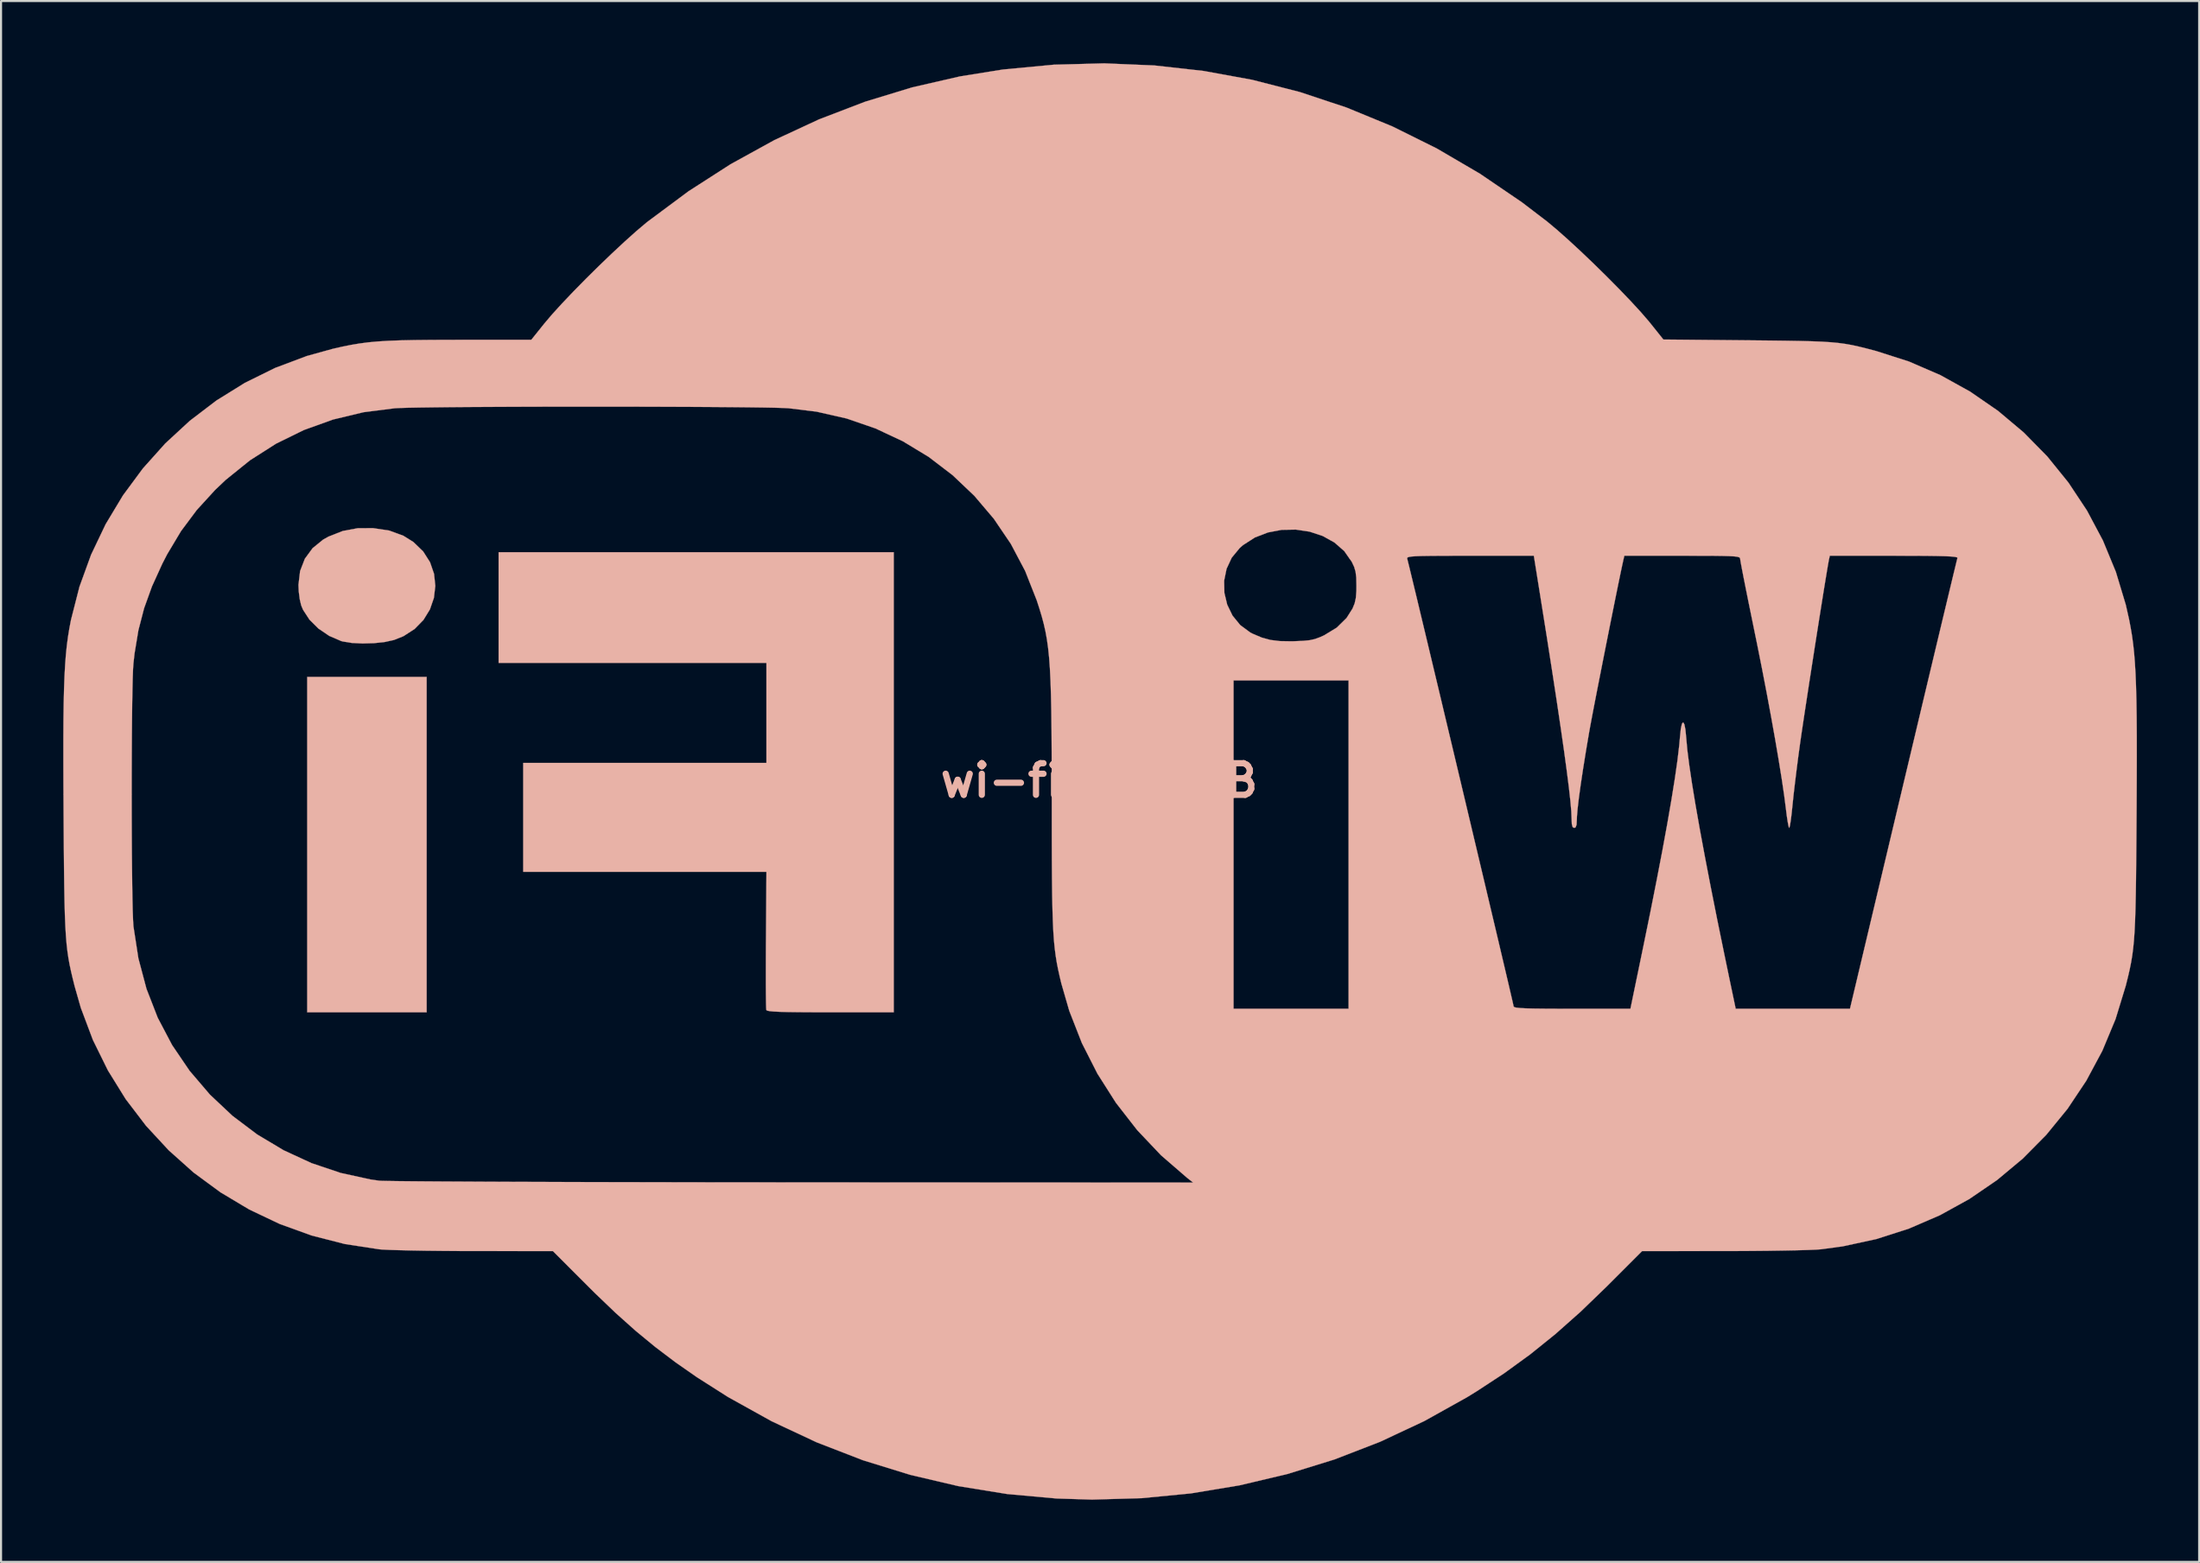
<source format=kicad_pcb>
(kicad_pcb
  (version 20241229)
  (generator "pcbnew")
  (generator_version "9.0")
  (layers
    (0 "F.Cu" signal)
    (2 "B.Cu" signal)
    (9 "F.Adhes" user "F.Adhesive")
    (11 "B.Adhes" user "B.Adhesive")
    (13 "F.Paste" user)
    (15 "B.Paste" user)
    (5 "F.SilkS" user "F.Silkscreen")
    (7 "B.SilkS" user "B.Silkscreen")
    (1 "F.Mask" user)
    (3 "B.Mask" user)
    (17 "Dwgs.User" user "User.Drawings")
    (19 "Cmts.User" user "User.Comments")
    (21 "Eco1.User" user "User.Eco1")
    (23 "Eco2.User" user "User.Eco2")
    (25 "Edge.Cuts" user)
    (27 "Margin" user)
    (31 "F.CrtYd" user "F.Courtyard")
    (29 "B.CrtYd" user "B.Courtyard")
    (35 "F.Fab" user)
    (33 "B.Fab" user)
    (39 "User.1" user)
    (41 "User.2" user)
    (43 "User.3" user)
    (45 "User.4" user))
  (footprint "wi-fi_6x10_B"
    (layer "F.Cu")
    (at 49.947 34.585)
    (property "Reference" "wi-fi_6x10_B" (at 0 0 0) (layer "B.SilkS") (effects (font (size 1.524 1.524) (thickness 0.3))))
    (attr through_hole)
    (fp_poly (pts (xy -32.427 11.176) (xy -38.185 11.176) (xy -38.185 -4.995) (xy -32.427 -4.995) (xy -32.427 11.176)) (stroke (width 0.01) (type solid)) (fill yes) (layer "B.SilkS"))
    (fp_poly (pts (xy -9.906 11.176) (xy -12.957 11.176) (xy -13.791 11.175) (xy -14.469 11.171) (xy -15.006 11.164) (xy -15.415 11.153) (xy -15.71 11.138) (xy -15.905 11.118) (xy -16.014 11.094) (xy -16.049 11.067) (xy -16.058 10.961) (xy -16.065 10.704) (xy -16.07 10.316) (xy -16.073 9.816) (xy -16.073 9.223) (xy -16.072 8.555) (xy -16.069 7.833) (xy -16.067 7.681) (xy -16.044 4.403) (xy -21.907 4.403) (xy -27.771 4.403) (xy -27.771 -0.847) (xy -16.044 -0.847) (xy -16.044 -5.673) (xy -28.956 -5.673) (xy -28.956 -11.007) (xy -9.906 -11.007) (xy -9.906 11.176)) (stroke (width 0.01) (type solid)) (fill yes) (layer "B.SilkS"))
    (fp_poly (pts (xy -34.229 -12.051) (xy -33.551 -11.803) (xy -33.066 -11.5) (xy -32.594 -11.045) (xy -32.263 -10.525) (xy -32.07 -9.964) (xy -32.009 -9.384) (xy -32.077 -8.806) (xy -32.268 -8.252) (xy -32.579 -7.745) (xy -33.006 -7.307) (xy -33.543 -6.96) (xy -34.001 -6.777) (xy -34.44 -6.68) (xy -34.966 -6.623) (xy -35.518 -6.608) (xy -36.039 -6.634) (xy -36.469 -6.704) (xy -36.552 -6.727) (xy -37.125 -6.974) (xy -37.644 -7.326) (xy -38.075 -7.755) (xy -38.385 -8.229) (xy -38.475 -8.444) (xy -38.545 -8.74) (xy -38.593 -9.115) (xy -38.607 -9.434) (xy -38.528 -10.1) (xy -38.299 -10.693) (xy -37.926 -11.202) (xy -37.417 -11.616) (xy -37.161 -11.759) (xy -36.47 -12.032) (xy -35.751 -12.165) (xy -35.01 -12.169) (xy -34.229 -12.051)) (stroke (width 0.01) (type solid)) (fill yes) (layer "B.SilkS"))
    (fp_poly (pts (xy 2.654 -34.479) (xy 5.031 -34.214) (xy 7.372 -33.787) (xy 9.672 -33.197) (xy 11.927 -32.448) (xy 14.13 -31.541) (xy 16.276 -30.476) (xy 18.362 -29.255) (xy 20.381 -27.88) (xy 21.59 -26.957) (xy 22.059 -26.565) (xy 22.606 -26.08) (xy 23.206 -25.526) (xy 23.833 -24.928) (xy 24.462 -24.31) (xy 25.069 -23.697) (xy 25.628 -23.114) (xy 26.114 -22.585) (xy 26.503 -22.135) (xy 26.579 -22.041) (xy 27.201 -21.264) (xy 31.275 -21.226) (xy 32.253 -21.216) (xy 33.082 -21.206) (xy 33.779 -21.194) (xy 34.365 -21.179) (xy 34.859 -21.159) (xy 35.279 -21.132) (xy 35.645 -21.097) (xy 35.977 -21.052) (xy 36.293 -20.996) (xy 36.612 -20.926) (xy 36.955 -20.842) (xy 37.339 -20.741) (xy 37.46 -20.709) (xy 39.046 -20.201) (xy 40.558 -19.546) (xy 41.988 -18.753) (xy 43.329 -17.829) (xy 44.571 -16.785) (xy 45.707 -15.629) (xy 46.727 -14.369) (xy 47.625 -13.015) (xy 48.391 -11.575) (xy 49.017 -10.059) (xy 49.495 -8.474) (xy 49.655 -7.763) (xy 49.729 -7.377) (xy 49.794 -6.99) (xy 49.849 -6.587) (xy 49.896 -6.155) (xy 49.934 -5.681) (xy 49.965 -5.151) (xy 49.989 -4.55) (xy 50.007 -3.865) (xy 50.019 -3.082) (xy 50.025 -2.188) (xy 50.026 -1.168) (xy 50.023 -0.009) (xy 50.017 1.302) (xy 50.015 1.569) (xy 50.007 2.773) (xy 49.998 3.823) (xy 49.989 4.734) (xy 49.977 5.519) (xy 49.962 6.194) (xy 49.943 6.773) (xy 49.919 7.271) (xy 49.889 7.704) (xy 49.852 8.085) (xy 49.808 8.429) (xy 49.755 8.751) (xy 49.692 9.067) (xy 49.619 9.39) (xy 49.534 9.735) (xy 49.494 9.895) (xy 49.002 11.503) (xy 48.364 13.034) (xy 47.588 14.48) (xy 46.685 15.833) (xy 45.66 17.087) (xy 44.525 18.234) (xy 43.286 19.267) (xy 41.952 20.179) (xy 40.532 20.962) (xy 39.033 21.609) (xy 37.466 22.112) (xy 35.837 22.464) (xy 34.798 22.604) (xy 34.545 22.622) (xy 34.144 22.638) (xy 33.617 22.653) (xy 32.985 22.665) (xy 32.27 22.676) (xy 31.494 22.683) (xy 30.678 22.688) (xy 30.084 22.689) (xy 26.174 22.691) (xy 24.454 24.412) (xy 23.208 25.615) (xy 21.995 26.691) (xy 20.779 27.671) (xy 19.524 28.583) (xy 18.193 29.455) (xy 17.738 29.735) (xy 15.679 30.884) (xy 13.542 31.886) (xy 11.338 32.739) (xy 9.075 33.439) (xy 6.765 33.986) (xy 4.418 34.375) (xy 2.044 34.605) (xy -0.347 34.673) (xy -2.052 34.621) (xy -4.434 34.405) (xy -6.79 34.024) (xy -9.111 33.48) (xy -11.39 32.776) (xy -13.62 31.913) (xy -15.791 30.896) (xy -17.897 29.726) (xy -19.389 28.777) (xy -20.428 28.053) (xy -21.403 27.315) (xy -22.35 26.535) (xy -23.305 25.682) (xy -24.304 24.726) (xy -24.621 24.411) (xy -26.34 22.691) (xy -30.125 22.689) (xy -30.944 22.687) (xy -31.739 22.681) (xy -32.488 22.673) (xy -33.169 22.661) (xy -33.76 22.647) (xy -34.239 22.632) (xy -34.583 22.615) (xy -34.713 22.604) (xy -36.37 22.35) (xy -37.972 21.94) (xy -39.511 21.383) (xy -40.978 20.686) (xy -42.366 19.857) (xy -43.664 18.902) (xy -44.864 17.829) (xy -45.958 16.646) (xy -46.938 15.361) (xy -47.793 13.98) (xy -48.517 12.511) (xy -49.1 10.961) (xy -49.398 9.918) (xy -49.49 9.548) (xy -49.57 9.21) (xy -49.639 8.888) (xy -49.697 8.568) (xy -49.746 8.235) (xy -49.787 7.874) (xy -49.82 7.47) (xy -49.847 7.008) (xy -49.869 6.473) (xy -49.886 5.851) (xy -49.899 5.127) (xy -49.91 4.285) (xy -49.919 3.311) (xy -49.927 2.19) (xy -49.931 1.581) (xy -49.936 0.655) (xy -46.648 0.655) (xy -46.647 1.606) (xy -46.644 2.539) (xy -46.639 3.436) (xy -46.631 4.278) (xy -46.622 5.046) (xy -46.611 5.722) (xy -46.598 6.287) (xy -46.582 6.723) (xy -46.565 7.011) (xy -46.562 7.04) (xy -46.325 8.577) (xy -45.935 10.044) (xy -45.393 11.439) (xy -44.699 12.757) (xy -43.856 13.998) (xy -42.875 15.147) (xy -41.789 16.169) (xy -40.6 17.065) (xy -39.324 17.829) (xy -37.975 18.451) (xy -36.572 18.923) (xy -35.129 19.238) (xy -34.713 19.297) (xy -34.578 19.304) (xy -34.281 19.31) (xy -33.831 19.317) (xy -33.234 19.323) (xy -32.5 19.329) (xy -31.634 19.335) (xy -30.647 19.34) (xy -29.544 19.346) (xy -28.335 19.351) (xy -27.026 19.355) (xy -25.625 19.36) (xy -24.141 19.364) (xy -22.581 19.367) (xy -20.953 19.37) (xy -19.265 19.373) (xy -17.524 19.375) (xy -15.738 19.376) (xy -14.817 19.377) (xy 4.53 19.387) (xy 4.233 19.155) (xy 2.976 18.066) (xy 1.832 16.858) (xy 0.809 15.544) (xy -0.084 14.139) (xy -0.837 12.656) (xy -1.442 11.11) (xy -1.827 9.779) (xy -1.911 9.427) (xy -1.984 9.096) (xy -2.047 8.772) (xy -2.1 8.442) (xy -2.145 8.089) (xy -2.183 7.701) (xy -2.213 7.263) (xy -2.236 6.762) (xy -2.254 6.182) (xy -2.268 5.509) (xy -2.277 4.73) (xy -2.283 3.83) (xy -2.286 2.795) (xy -2.287 1.611) (xy -2.287 1.075) (xy -2.289 -0.25) (xy -2.292 -1.42) (xy -2.299 -2.447) (xy -2.309 -3.346) (xy -2.326 -4.13) (xy -2.348 -4.813) (xy -2.349 -4.826) (xy 6.477 -4.826) (xy 6.477 11.007) (xy 12.023 11.007) (xy 12.023 -4.826) (xy 6.477 -4.826) (xy -2.349 -4.826) (xy -2.378 -5.409) (xy -2.416 -5.931) (xy -2.464 -6.393) (xy -2.522 -6.808) (xy -2.591 -7.19) (xy -2.673 -7.553) (xy -2.768 -7.91) (xy -2.878 -8.275) (xy -3.003 -8.662) (xy -3.021 -8.713) (xy -3.385 -9.634) (xy 6.023 -9.634) (xy 6.035 -9.048) (xy 6.171 -8.479) (xy 6.427 -7.952) (xy 6.798 -7.496) (xy 7.282 -7.138) (xy 7.408 -7.073) (xy 7.837 -6.892) (xy 8.252 -6.778) (xy 8.709 -6.722) (xy 9.265 -6.713) (xy 9.403 -6.716) (xy 9.832 -6.734) (xy 10.146 -6.765) (xy 10.399 -6.821) (xy 10.646 -6.911) (xy 10.842 -7) (xy 11.451 -7.37) (xy 11.926 -7.837) (xy 12.212 -8.289) (xy 12.315 -8.538) (xy 12.374 -8.803) (xy 12.4 -9.141) (xy 12.402 -9.398) (xy 12.394 -9.787) (xy 12.36 -10.068) (xy 12.291 -10.303) (xy 12.175 -10.549) (xy 12.054 -10.72) (xy 14.846 -10.72) (xy 14.851 -10.689) (xy 14.881 -10.571) (xy 14.947 -10.303) (xy 15.046 -9.895) (xy 15.175 -9.36) (xy 15.332 -8.71) (xy 15.512 -7.956) (xy 15.715 -7.111) (xy 15.936 -6.185) (xy 16.173 -5.191) (xy 16.424 -4.142) (xy 16.684 -3.047) (xy 16.953 -1.92) (xy 17.226 -0.773) (xy 17.501 0.384) (xy 17.775 1.538) (xy 18.045 2.676) (xy 18.309 3.789) (xy 18.564 4.863) (xy 18.806 5.887) (xy 19.034 6.849) (xy 19.244 7.736) (xy 19.433 8.539) (xy 19.599 9.243) (xy 19.739 9.839) (xy 19.849 10.313) (xy 19.928 10.654) (xy 19.972 10.85) (xy 19.981 10.895) (xy 20.01 10.926) (xy 20.106 10.951) (xy 20.284 10.971) (xy 20.56 10.986) (xy 20.947 10.996) (xy 21.462 11.002) (xy 22.118 11.005) (xy 22.797 11.006) (xy 25.612 11.006) (xy 26.23 8.022) (xy 26.571 6.354) (xy 26.878 4.804) (xy 27.152 3.378) (xy 27.39 2.081) (xy 27.591 0.919) (xy 27.755 -0.101) (xy 27.88 -0.973) (xy 27.965 -1.691) (xy 28 -2.087) (xy 28.042 -2.495) (xy 28.095 -2.734) (xy 28.154 -2.806) (xy 28.212 -2.712) (xy 28.264 -2.452) (xy 28.302 -2.053) (xy 28.354 -1.481) (xy 28.447 -0.749) (xy 28.579 0.137) (xy 28.749 1.173) (xy 28.957 2.353) (xy 29.202 3.672) (xy 29.482 5.126) (xy 29.797 6.71) (xy 30.147 8.418) (xy 30.408 9.673) (xy 30.688 11.007) (xy 36.197 11.007) (xy 38.768 0.191) (xy 39.083 -1.132) (xy 39.387 -2.41) (xy 39.678 -3.634) (xy 39.954 -4.793) (xy 40.213 -5.878) (xy 40.452 -6.879) (xy 40.669 -7.786) (xy 40.862 -8.59) (xy 41.028 -9.282) (xy 41.164 -9.85) (xy 41.27 -10.286) (xy 41.341 -10.579) (xy 41.377 -10.72) (xy 41.38 -10.732) (xy 41.358 -10.76) (xy 41.258 -10.783) (xy 41.069 -10.802) (xy 40.776 -10.816) (xy 40.366 -10.826) (xy 39.826 -10.833) (xy 39.144 -10.836) (xy 38.322 -10.837) (xy 35.225 -10.837) (xy 35.182 -10.647) (xy 35.151 -10.479) (xy 35.097 -10.164) (xy 35.024 -9.722) (xy 34.934 -9.172) (xy 34.832 -8.535) (xy 34.72 -7.832) (xy 34.601 -7.081) (xy 34.479 -6.303) (xy 34.357 -5.519) (xy 34.237 -4.748) (xy 34.124 -4.01) (xy 34.019 -3.325) (xy 33.927 -2.714) (xy 33.85 -2.197) (xy 33.792 -1.793) (xy 33.79 -1.778) (xy 33.704 -1.151) (xy 33.62 -0.496) (xy 33.542 0.139) (xy 33.476 0.704) (xy 33.43 1.152) (xy 33.428 1.164) (xy 33.386 1.577) (xy 33.343 1.922) (xy 33.304 2.167) (xy 33.274 2.281) (xy 33.268 2.286) (xy 33.237 2.207) (xy 33.195 1.995) (xy 33.148 1.682) (xy 33.11 1.376) (xy 33.027 0.732) (xy 32.911 -0.056) (xy 32.764 -0.966) (xy 32.592 -1.976) (xy 32.397 -3.066) (xy 32.184 -4.213) (xy 31.956 -5.396) (xy 31.717 -6.594) (xy 31.585 -7.237) (xy 31.436 -7.966) (xy 31.297 -8.646) (xy 31.174 -9.259) (xy 31.069 -9.787) (xy 30.987 -10.211) (xy 30.931 -10.511) (xy 30.905 -10.67) (xy 30.903 -10.687) (xy 30.894 -10.728) (xy 30.856 -10.761) (xy 30.772 -10.787) (xy 30.625 -10.806) (xy 30.398 -10.819) (xy 30.074 -10.828) (xy 29.636 -10.834) (xy 29.068 -10.836) (xy 28.353 -10.837) (xy 28.111 -10.837) (xy 25.319 -10.837) (xy 25.274 -10.647) (xy 25.218 -10.392) (xy 25.134 -9.994) (xy 25.027 -9.475) (xy 24.901 -8.858) (xy 24.762 -8.167) (xy 24.613 -7.425) (xy 24.459 -6.653) (xy 24.305 -5.875) (xy 24.155 -5.114) (xy 24.013 -4.393) (xy 23.885 -3.735) (xy 23.775 -3.162) (xy 23.688 -2.697) (xy 23.627 -2.364) (xy 23.623 -2.342) (xy 23.466 -1.414) (xy 23.329 -0.563) (xy 23.215 0.193) (xy 23.126 0.84) (xy 23.065 1.361) (xy 23.033 1.74) (xy 23.029 1.867) (xy 23.015 2.132) (xy 22.967 2.26) (xy 22.902 2.286) (xy 22.825 2.244) (xy 22.786 2.096) (xy 22.775 1.824) (xy 22.761 1.484) (xy 22.718 0.991) (xy 22.646 0.344) (xy 22.544 -0.458) (xy 22.414 -1.417) (xy 22.253 -2.535) (xy 22.063 -3.813) (xy 21.842 -5.253) (xy 21.592 -6.855) (xy 21.31 -8.623) (xy 21.278 -8.826) (xy 20.955 -10.837) (xy 17.88 -10.837) (xy 17.077 -10.837) (xy 16.427 -10.835) (xy 15.915 -10.831) (xy 15.525 -10.825) (xy 15.241 -10.814) (xy 15.047 -10.799) (xy 14.927 -10.779) (xy 14.865 -10.753) (xy 14.846 -10.72) (xy 12.054 -10.72) (xy 11.814 -11.063) (xy 11.339 -11.478) (xy 10.775 -11.791) (xy 10.147 -11.999) (xy 9.481 -12.099) (xy 8.802 -12.087) (xy 8.135 -11.961) (xy 7.505 -11.718) (xy 6.939 -11.354) (xy 6.775 -11.212) (xy 6.389 -10.743) (xy 6.14 -10.208) (xy 6.023 -9.634) (xy -3.385 -9.634) (xy -3.571 -10.106) (xy -4.261 -11.411) (xy -5.081 -12.621) (xy -6.021 -13.728) (xy -7.07 -14.724) (xy -8.22 -15.603) (xy -9.461 -16.355) (xy -10.783 -16.975) (xy -12.175 -17.455) (xy -13.63 -17.786) (xy -14.985 -17.951) (xy -15.247 -17.964) (xy -15.665 -17.976) (xy -16.222 -17.986) (xy -16.904 -17.995) (xy -17.696 -18.003) (xy -18.584 -18.01) (xy -19.553 -18.016) (xy -20.587 -18.02) (xy -21.673 -18.024) (xy -22.795 -18.026) (xy -23.938 -18.027) (xy -25.088 -18.027) (xy -26.231 -18.026) (xy -27.35 -18.024) (xy -28.432 -18.02) (xy -29.462 -18.015) (xy -30.425 -18.01) (xy -31.306 -18.003) (xy -32.09 -17.994) (xy -32.763 -17.985) (xy -33.31 -17.975) (xy -33.716 -17.963) (xy -33.953 -17.951) (xy -35.472 -17.758) (xy -36.94 -17.406) (xy -38.347 -16.9) (xy -39.684 -16.244) (xy -40.942 -15.442) (xy -42.113 -14.498) (xy -42.627 -14.01) (xy -43.511 -13.043) (xy -44.269 -12.027) (xy -44.935 -10.913) (xy -45.171 -10.456) (xy -45.671 -9.357) (xy -46.05 -8.305) (xy -46.325 -7.244) (xy -46.511 -6.12) (xy -46.565 -5.63) (xy -46.583 -5.357) (xy -46.598 -4.934) (xy -46.611 -4.381) (xy -46.623 -3.714) (xy -46.632 -2.954) (xy -46.639 -2.118) (xy -46.644 -1.226) (xy -46.647 -0.295) (xy -46.648 0.655) (xy -49.936 0.655) (xy -49.939 0.236) (xy -49.942 -0.953) (xy -49.942 -2) (xy -49.937 -2.919) (xy -49.926 -3.724) (xy -49.909 -4.428) (xy -49.886 -5.046) (xy -49.856 -5.59) (xy -49.819 -6.075) (xy -49.774 -6.514) (xy -49.72 -6.921) (xy -49.657 -7.31) (xy -49.584 -7.695) (xy -49.575 -7.741) (xy -49.165 -9.346) (xy -48.605 -10.888) (xy -47.903 -12.359) (xy -47.067 -13.749) (xy -46.106 -15.049) (xy -45.03 -16.251) (xy -43.845 -17.345) (xy -42.562 -18.323) (xy -41.189 -19.175) (xy -39.734 -19.893) (xy -38.205 -20.468) (xy -36.94 -20.818) (xy -36.491 -20.92) (xy -36.071 -21.004) (xy -35.661 -21.073) (xy -35.238 -21.128) (xy -34.781 -21.17) (xy -34.269 -21.202) (xy -33.68 -21.224) (xy -32.993 -21.238) (xy -32.186 -21.246) (xy -31.238 -21.249) (xy -30.899 -21.25) (xy -27.381 -21.251) (xy -26.752 -22.035) (xy -26.384 -22.469) (xy -25.912 -22.988) (xy -25.362 -23.567) (xy -24.759 -24.181) (xy -24.129 -24.804) (xy -23.496 -25.412) (xy -22.887 -25.979) (xy -22.326 -26.482) (xy -21.839 -26.894) (xy -21.759 -26.957) (xy -19.803 -28.411) (xy -17.77 -29.718) (xy -15.668 -30.876) (xy -13.504 -31.881) (xy -11.284 -32.731) (xy -9.016 -33.422) (xy -6.706 -33.952) (xy -4.641 -34.283) (xy -2.187 -34.515) (xy 0.246 -34.58) (xy 2.654 -34.479)) (stroke (width 0.01) (type solid)) (fill yes) (layer "B.SilkS")))
  (gr_rect
    (start -3 -3)
    (end 102.979 72.263)
    (stroke (width 0.1) (type default))
    (fill no)
    (layer "Edge.Cuts")))
</source>
